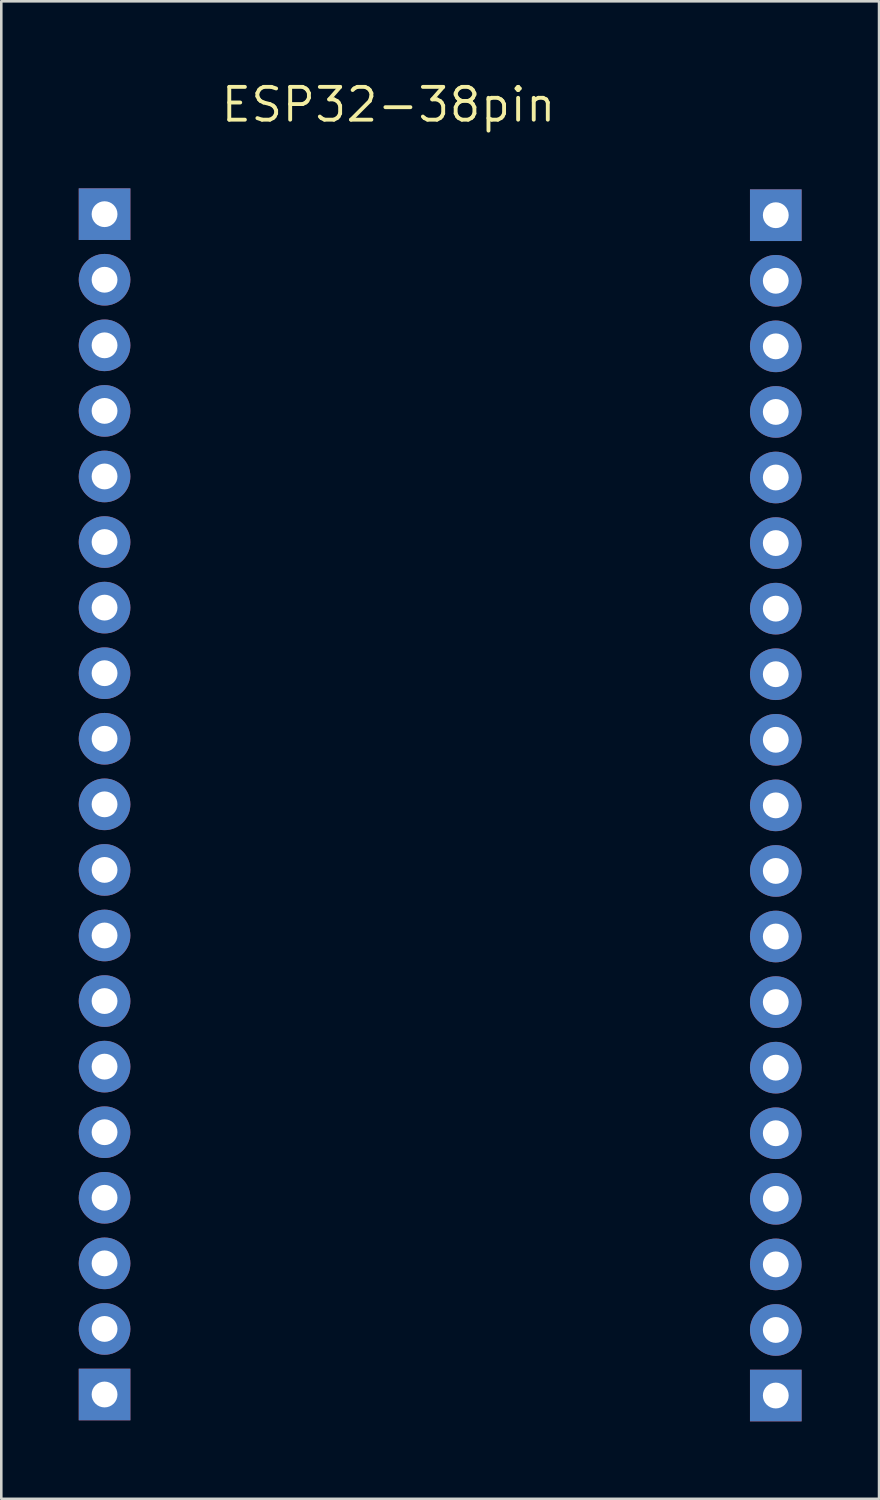
<source format=kicad_pcb>
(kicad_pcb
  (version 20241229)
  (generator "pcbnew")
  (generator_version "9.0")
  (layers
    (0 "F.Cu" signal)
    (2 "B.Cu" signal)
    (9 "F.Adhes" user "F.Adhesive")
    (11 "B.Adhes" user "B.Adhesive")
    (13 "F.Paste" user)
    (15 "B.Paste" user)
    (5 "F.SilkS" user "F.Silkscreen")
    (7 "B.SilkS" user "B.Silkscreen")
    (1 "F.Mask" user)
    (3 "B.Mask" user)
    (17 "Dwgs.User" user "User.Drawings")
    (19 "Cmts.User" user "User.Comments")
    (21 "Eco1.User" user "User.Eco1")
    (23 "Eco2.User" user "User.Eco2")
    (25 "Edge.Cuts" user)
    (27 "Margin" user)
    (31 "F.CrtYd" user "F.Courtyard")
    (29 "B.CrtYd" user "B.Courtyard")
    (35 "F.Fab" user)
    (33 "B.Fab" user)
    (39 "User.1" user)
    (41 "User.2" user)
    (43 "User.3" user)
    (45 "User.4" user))
  (footprint "ESP32-38pin"
    (layer "F.Cu")
    (at 15.5 28.146)
    (property "Reference" "ESP32-38pin" (at -3.5 -27.14 180) (layer "F.SilkS") (effects (font (size 1.27 1.27) (thickness 0.15))))
    (attr through_hole)
    (pad "1" thru_hole rect (at 11.5 -22.86) (size 2 2) (drill 1) (layers "*.Cu" "*.Mask"))
    (pad "2" thru_hole circle (at 11.5 -20.32) (size 2 2) (drill 1) (layers "*.Cu" "*.Mask"))
    (pad "3" thru_hole circle (at 11.5 -17.78) (size 2 2) (drill 1) (layers "*.Cu" "*.Mask"))
    (pad "4" thru_hole circle (at 11.5 -15.24) (size 2 2) (drill 1) (layers "*.Cu" "*.Mask"))
    (pad "5" thru_hole circle (at 11.5 -12.7) (size 2 2) (drill 1) (layers "*.Cu" "*.Mask"))
    (pad "6" thru_hole circle (at 11.5 -10.16) (size 2 2) (drill 1) (layers "*.Cu" "*.Mask"))
    (pad "7" thru_hole circle (at 11.5 -7.62) (size 2 2) (drill 1) (layers "*.Cu" "*.Mask"))
    (pad "8" thru_hole circle (at 11.5 -5.08) (size 2 2) (drill 1) (layers "*.Cu" "*.Mask"))
    (pad "9" thru_hole circle (at 11.5 -2.54) (size 2 2) (drill 1) (layers "*.Cu" "*.Mask"))
    (pad "10" thru_hole circle (at 11.5 0) (size 2 2) (drill 1) (layers "*.Cu" "*.Mask"))
    (pad "11" thru_hole circle (at 11.5 2.54) (size 2 2) (drill 1) (layers "*.Cu" "*.Mask"))
    (pad "12" thru_hole circle (at 11.5 5.08) (size 2 2) (drill 1) (layers "*.Cu" "*.Mask"))
    (pad "13" thru_hole circle (at 11.5 7.62) (size 2 2) (drill 1) (layers "*.Cu" "*.Mask"))
    (pad "14" thru_hole circle (at 11.5 10.16) (size 2 2) (drill 1) (layers "*.Cu" "*.Mask"))
    (pad "15" thru_hole circle (at 11.5 12.7) (size 2 2) (drill 1) (layers "*.Cu" "*.Mask"))
    (pad "16" thru_hole circle (at 11.5 15.24) (size 2 2) (drill 1) (layers "*.Cu" "*.Mask"))
    (pad "17" thru_hole circle (at 11.5 17.78) (size 2 2) (drill 1) (layers "*.Cu" "*.Mask"))
    (pad "18" thru_hole circle (at 11.5 20.32) (size 2 2) (drill 1) (layers "*.Cu" "*.Mask"))
    (pad "19" thru_hole rect (at 11.5 22.86) (size 2 2) (drill 1) (layers "*.Cu" "*.Mask"))
    (pad "20" thru_hole rect (at -14.5 -22.9) (size 2 2) (drill 1) (layers "*.Cu" "*.Mask"))
    (pad "21" thru_hole circle (at -14.5 -20.36) (size 2 2) (drill 1) (layers "*.Cu" "*.Mask"))
    (pad "22" thru_hole circle (at -14.5 -17.82) (size 2 2) (drill 1) (layers "*.Cu" "*.Mask"))
    (pad "23" thru_hole circle (at -14.5 -15.28) (size 2 2) (drill 1) (layers "*.Cu" "*.Mask"))
    (pad "24" thru_hole circle (at -14.5 -12.74) (size 2 2) (drill 1) (layers "*.Cu" "*.Mask"))
    (pad "25" thru_hole circle (at -14.5 -10.2) (size 2 2) (drill 1) (layers "*.Cu" "*.Mask"))
    (pad "26" thru_hole circle (at -14.5 -7.66) (size 2 2) (drill 1) (layers "*.Cu" "*.Mask"))
    (pad "27" thru_hole circle (at -14.5 -5.12) (size 2 2) (drill 1) (layers "*.Cu" "*.Mask"))
    (pad "28" thru_hole circle (at -14.5 -2.58) (size 2 2) (drill 1) (layers "*.Cu" "*.Mask"))
    (pad "29" thru_hole circle (at -14.5 -0.04) (size 2 2) (drill 1) (layers "*.Cu" "*.Mask"))
    (pad "30" thru_hole circle (at -14.5 2.5) (size 2 2) (drill 1) (layers "*.Cu" "*.Mask"))
    (pad "31" thru_hole circle (at -14.5 5.04) (size 2 2) (drill 1) (layers "*.Cu" "*.Mask"))
    (pad "32" thru_hole circle (at -14.5 7.58) (size 2 2) (drill 1) (layers "*.Cu" "*.Mask"))
    (pad "33" thru_hole circle (at -14.5 10.12) (size 2 2) (drill 1) (layers "*.Cu" "*.Mask"))
    (pad "34" thru_hole circle (at -14.5 12.66) (size 2 2) (drill 1) (layers "*.Cu" "*.Mask"))
    (pad "35" thru_hole circle (at -14.5 15.2) (size 2 2) (drill 1) (layers "*.Cu" "*.Mask"))
    (pad "36" thru_hole circle (at -14.5 17.74) (size 2 2) (drill 1) (layers "*.Cu" "*.Mask"))
    (pad "37" thru_hole circle (at -14.5 20.28) (size 2 2) (drill 1) (layers "*.Cu" "*.Mask"))
    (pad "38" thru_hole rect (at -14.5 22.82) (size 2 2) (drill 1) (layers "*.Cu" "*.Mask")))
  (gr_rect
    (start -3 -3)
    (end 31 55.006)
    (stroke (width 0.1) (type default))
    (fill no)
    (layer "Edge.Cuts")))
</source>
